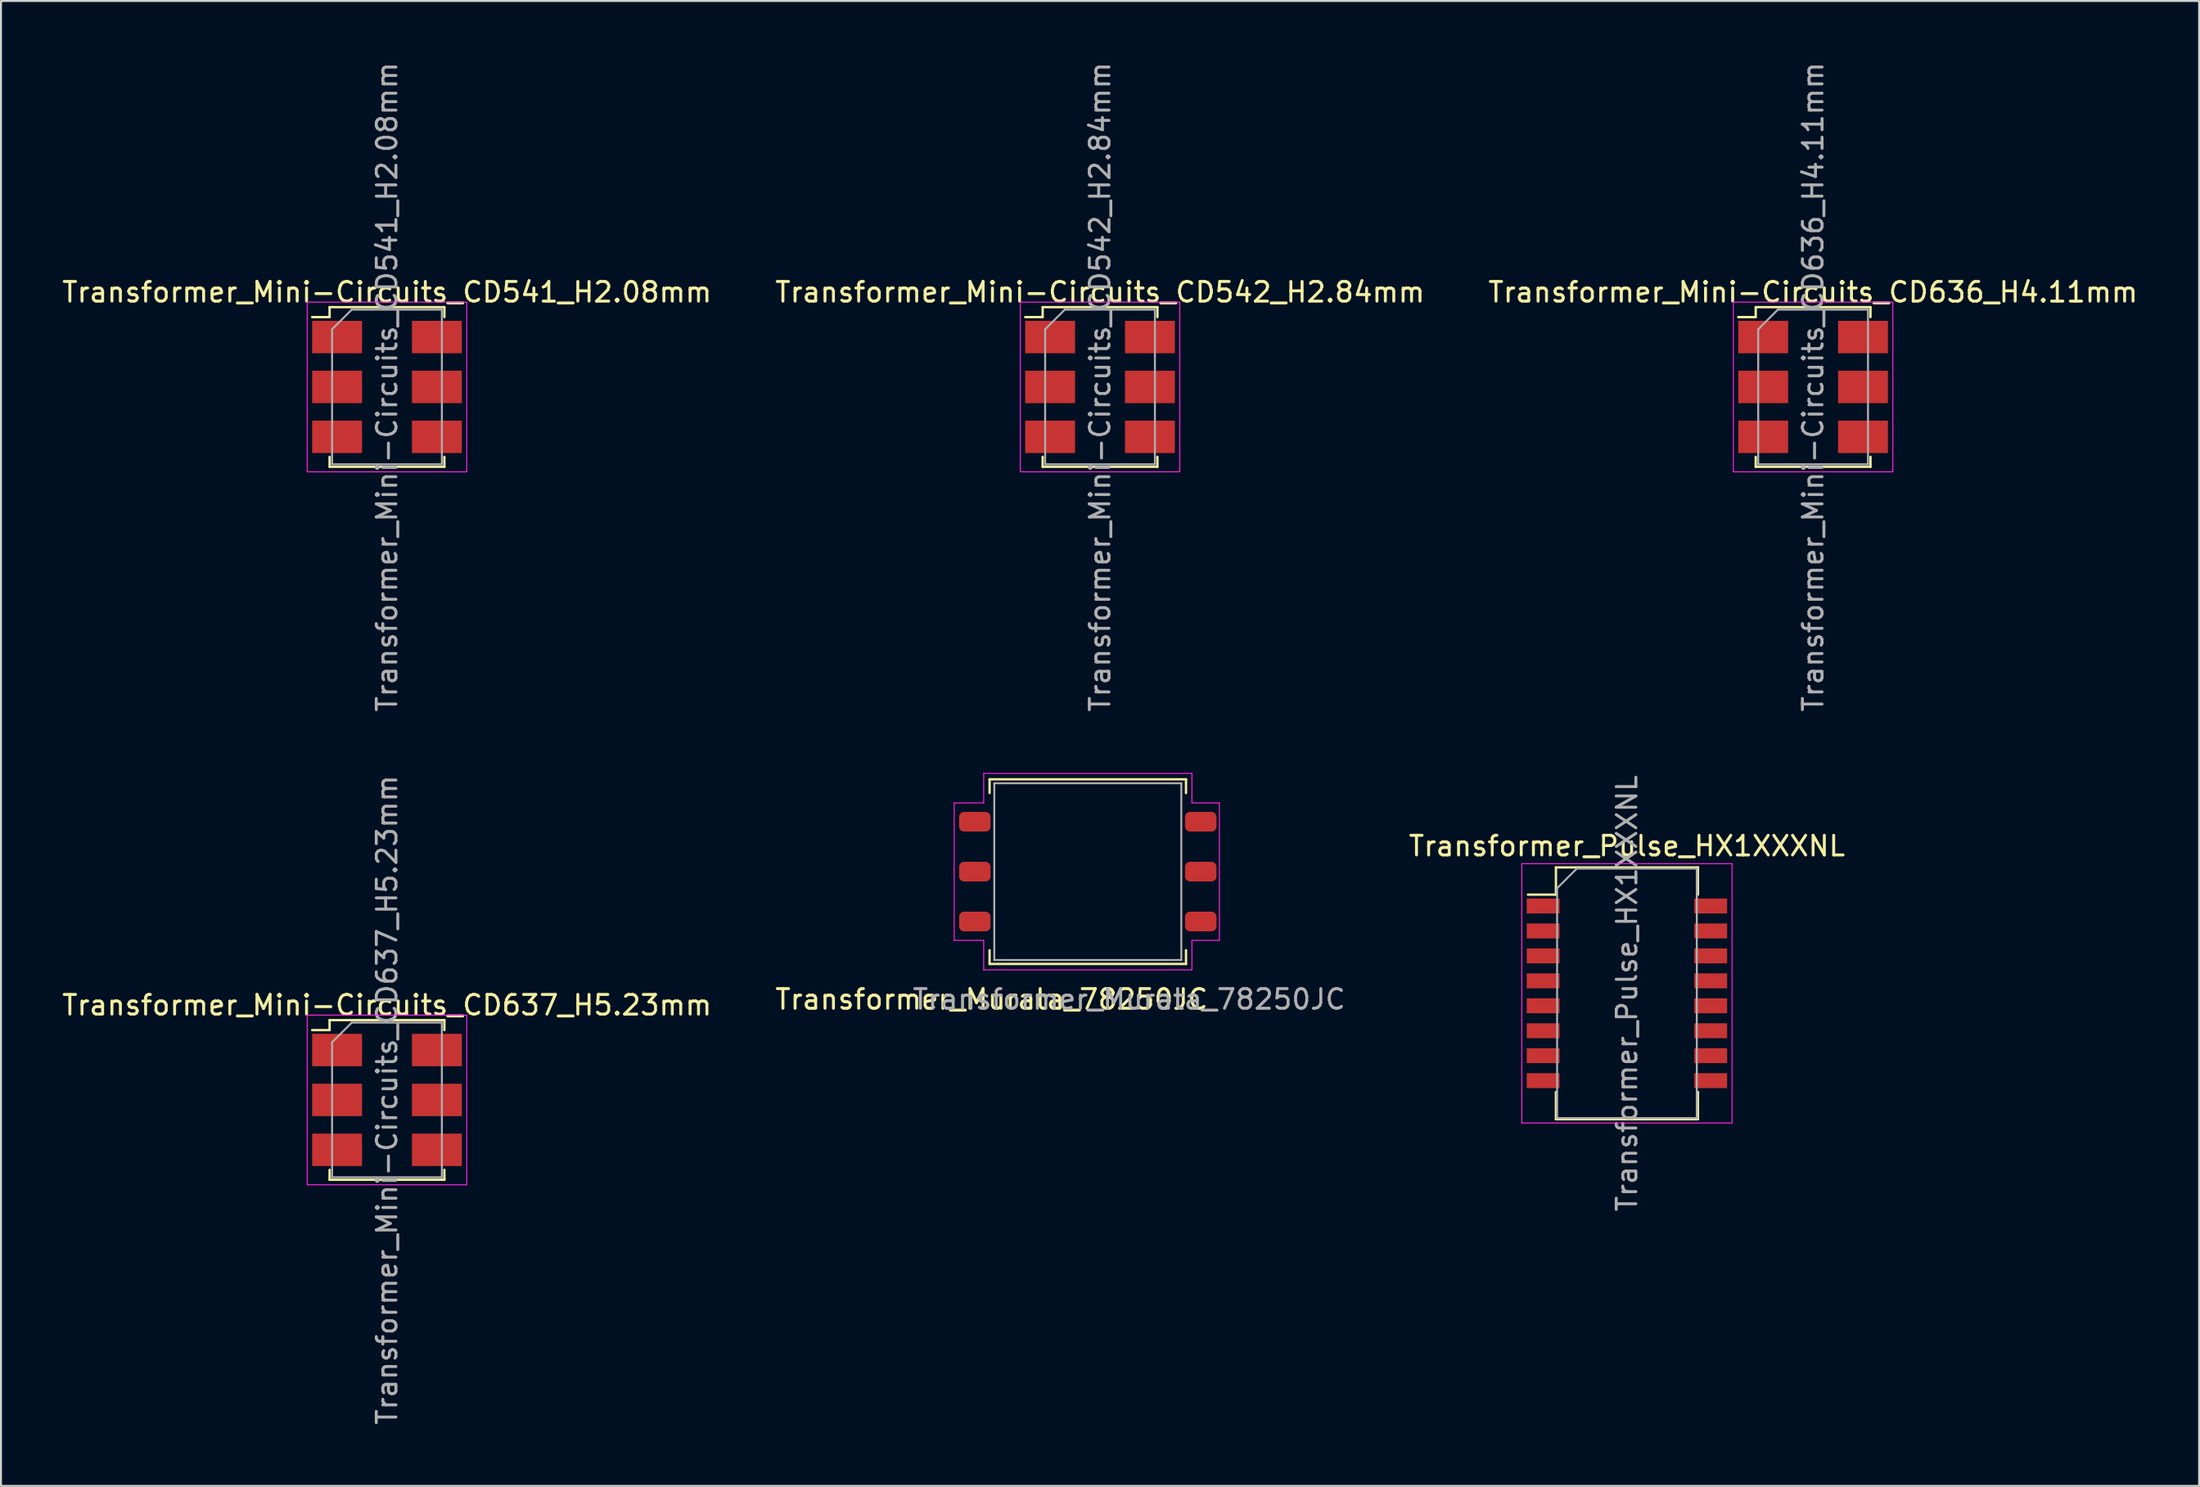
<source format=kicad_pcb>
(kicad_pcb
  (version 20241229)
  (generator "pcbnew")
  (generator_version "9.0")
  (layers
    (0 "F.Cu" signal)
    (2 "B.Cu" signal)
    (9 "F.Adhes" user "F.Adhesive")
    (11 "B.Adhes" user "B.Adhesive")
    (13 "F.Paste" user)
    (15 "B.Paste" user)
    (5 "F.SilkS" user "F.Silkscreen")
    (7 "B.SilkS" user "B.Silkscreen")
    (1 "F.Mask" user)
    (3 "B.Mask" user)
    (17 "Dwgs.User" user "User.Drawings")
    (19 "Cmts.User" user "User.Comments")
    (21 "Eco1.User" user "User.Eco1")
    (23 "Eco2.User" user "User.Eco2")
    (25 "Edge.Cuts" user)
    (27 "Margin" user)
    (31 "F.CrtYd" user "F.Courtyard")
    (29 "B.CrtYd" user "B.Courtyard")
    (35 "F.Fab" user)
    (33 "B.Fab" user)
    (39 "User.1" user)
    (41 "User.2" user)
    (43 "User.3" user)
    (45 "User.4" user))
  (footprint "Transformer_Murata_78250JC"
    (layer "F.Cu")
    (at 52.323 41.323)
    (property "Reference" "Transformer_Murata_78250JC" (at -4.9 6.5 0) (layer "F.SilkS") (effects (font (size 1 1) (thickness 0.15))))
    (attr smd)
    (fp_line (start -5 -4.7) (end -5 -4) (stroke (width 0.12) (type solid)) (layer "F.SilkS"))
    (fp_line (start -5 -4.7) (end 5 -4.7) (stroke (width 0.12) (type solid)) (layer "F.SilkS"))
    (fp_line (start -5 4) (end -5 4.7) (stroke (width 0.12) (type solid)) (layer "F.SilkS"))
    (fp_line (start -5 4.7) (end 5 4.7) (stroke (width 0.12) (type solid)) (layer "F.SilkS"))
    (fp_line (start 5 -4.7) (end 5 -4) (stroke (width 0.12) (type solid)) (layer "F.SilkS"))
    (fp_line (start 5 4.7) (end 5 4) (stroke (width 0.12) (type solid)) (layer "F.SilkS"))
    (fp_line (start -6.8 -3.5) (end -6.8 3.5) (stroke (width 0.05) (type solid)) (layer "F.CrtYd"))
    (fp_line (start -6.8 3.5) (end -5.3 3.5) (stroke (width 0.05) (type solid)) (layer "F.CrtYd"))
    (fp_line (start -5.3 -5) (end -5.3 -3.5) (stroke (width 0.05) (type solid)) (layer "F.CrtYd"))
    (fp_line (start -5.3 -3.5) (end -6.8 -3.5) (stroke (width 0.05) (type solid)) (layer "F.CrtYd"))
    (fp_line (start -5.3 3.5) (end -5.3 5) (stroke (width 0.05) (type solid)) (layer "F.CrtYd"))
    (fp_line (start -5.3 5) (end 5.3 5) (stroke (width 0.05) (type solid)) (layer "F.CrtYd"))
    (fp_line (start 5.3 -5) (end -5.3 -5) (stroke (width 0.05) (type solid)) (layer "F.CrtYd"))
    (fp_line (start 5.3 -5) (end 5.3 -3.5) (stroke (width 0.05) (type solid)) (layer "F.CrtYd"))
    (fp_line (start 5.3 -3.5) (end 6.7 -3.5) (stroke (width 0.05) (type solid)) (layer "F.CrtYd"))
    (fp_line (start 5.3 3.5) (end 6.7 3.5) (stroke (width 0.05) (type solid)) (layer "F.CrtYd"))
    (fp_line (start 5.3 5) (end 5.3 3.5) (stroke (width 0.05) (type solid)) (layer "F.CrtYd"))
    (fp_line (start 6.7 3.5) (end 6.7 -3.5) (stroke (width 0.05) (type solid)) (layer "F.CrtYd"))
    (fp_line (start -4.76 -4.5) (end -4.76 4.5) (stroke (width 0.1) (type solid)) (layer "F.Fab"))
    (fp_line (start -4.76 4.5) (end 4.76 4.5) (stroke (width 0.1) (type solid)) (layer "F.Fab"))
    (fp_line (start 4.76 -4.5) (end -4.76 -4.5) (stroke (width 0.1) (type solid)) (layer "F.Fab"))
    (fp_line (start 4.76 -4.5) (end 4.76 4.5) (stroke (width 0.1) (type solid)) (layer "F.Fab"))
    (fp_text user "${REFERENCE}" (at 2.1 6.5 0) (layer "F.Fab") (effects (font (size 1 1) (thickness 0.15))))
    (pad "1" smd roundrect (at -5.75 -2.54) (size 1.6 1) (layers "F.Cu" "F.Mask" "F.Paste") (roundrect_rratio 0.25))
    (pad "2" smd roundrect (at -5.75 0) (size 1.6 1) (layers "F.Cu" "F.Mask" "F.Paste") (roundrect_rratio 0.25))
    (pad "3" smd roundrect (at -5.75 2.54) (size 1.6 1) (layers "F.Cu" "F.Mask" "F.Paste") (roundrect_rratio 0.25))
    (pad "4" smd roundrect (at 5.75 -2.54) (size 1.6 1) (layers "F.Cu" "F.Mask" "F.Paste") (roundrect_rratio 0.25))
    (pad "5" smd roundrect (at 5.75 0) (size 1.6 1) (layers "F.Cu" "F.Mask" "F.Paste") (roundrect_rratio 0.25))
    (pad "6" smd roundrect (at 5.75 2.54) (size 1.6 1) (layers "F.Cu" "F.Mask" "F.Paste") (roundrect_rratio 0.25)))
  (footprint "Transformer_Mini-Circuits_CD637_H5.23mm"
    (layer "F.Cu")
    (at 16.649 52.946)
    (property "Reference" "Transformer_Mini-Circuits_CD637_H5.23mm" (at 0 -4.826 0) (layer "F.SilkS") (effects (font (size 1 1) (thickness 0.15))))
    (attr smd)
    (fp_line (start -2.921 -4.064) (end -2.921 -3.556) (stroke (width 0.12) (type solid)) (layer "F.SilkS"))
    (fp_line (start -2.921 -3.556) (end -3.81 -3.556) (stroke (width 0.12) (type solid)) (layer "F.SilkS"))
    (fp_line (start -2.921 3.556) (end -2.921 4.064) (stroke (width 0.12) (type solid)) (layer "F.SilkS"))
    (fp_line (start -2.921 4.064) (end 2.921 4.064) (stroke (width 0.12) (type solid)) (layer "F.SilkS"))
    (fp_line (start 2.921 -4.064) (end -2.921 -4.064) (stroke (width 0.12) (type solid)) (layer "F.SilkS"))
    (fp_line (start 2.921 -3.556) (end 2.921 -4.064) (stroke (width 0.12) (type solid)) (layer "F.SilkS"))
    (fp_line (start 2.921 4.064) (end 2.921 3.556) (stroke (width 0.12) (type solid)) (layer "F.SilkS"))
    (fp_line (start -4.06 4.32) (end -4.06 -4.32) (stroke (width 0.05) (type solid)) (layer "F.CrtYd"))
    (fp_line (start 4.06 -4.32) (end -4.06 -4.32) (stroke (width 0.05) (type solid)) (layer "F.CrtYd"))
    (fp_line (start 4.06 4.32) (end -4.06 4.32) (stroke (width 0.05) (type solid)) (layer "F.CrtYd"))
    (fp_line (start 4.06 4.32) (end 4.06 -4.32) (stroke (width 0.05) (type solid)) (layer "F.CrtYd"))
    (fp_line (start -2.794 3.937) (end -2.794 -2.937) (stroke (width 0.1) (type solid)) (layer "F.Fab"))
    (fp_line (start -1.794 -3.937) (end -2.794 -2.937) (stroke (width 0.1) (type solid)) (layer "F.Fab"))
    (fp_line (start -1.794 -3.937) (end 2.794 -3.937) (stroke (width 0.1) (type solid)) (layer "F.Fab"))
    (fp_line (start 2.794 -3.937) (end 2.794 3.937) (stroke (width 0.1) (type solid)) (layer "F.Fab"))
    (fp_line (start 2.794 3.937) (end -2.794 3.937) (stroke (width 0.1) (type solid)) (layer "F.Fab"))
    (fp_text user "${REFERENCE}" (at 0 0 90) (layer "F.Fab") (effects (font (size 1 1) (thickness 0.15))))
    (pad "1" smd rect (at -2.54 -2.54) (size 2.54 1.65) (layers "F.Cu" "F.Mask" "F.Paste"))
    (pad "2" smd rect (at -2.54 0) (size 2.54 1.65) (layers "F.Cu" "F.Mask" "F.Paste"))
    (pad "3" smd rect (at -2.54 2.54) (size 2.54 1.65) (layers "F.Cu" "F.Mask" "F.Paste"))
    (pad "4" smd rect (at 2.54 2.54) (size 2.54 1.65) (layers "F.Cu" "F.Mask" "F.Paste"))
    (pad "5" smd rect (at 2.54 0) (size 2.54 1.65) (layers "F.Cu" "F.Mask" "F.Paste"))
    (pad "6" smd rect (at 2.54 -2.54) (size 2.54 1.65) (layers "F.Cu" "F.Mask" "F.Paste")))
  (footprint "Transformer_Mini-Circuits_CD542_H2.84mm"
    (layer "F.Cu")
    (at 52.946 16.649)
    (property "Reference" "Transformer_Mini-Circuits_CD542_H2.84mm" (at 0 -4.826 0) (layer "F.SilkS") (effects (font (size 1 1) (thickness 0.15))))
    (attr smd)
    (fp_line (start -2.921 -4.064) (end -2.921 -3.556) (stroke (width 0.12) (type solid)) (layer "F.SilkS"))
    (fp_line (start -2.921 -3.556) (end -3.81 -3.556) (stroke (width 0.12) (type solid)) (layer "F.SilkS"))
    (fp_line (start -2.921 3.556) (end -2.921 4.064) (stroke (width 0.12) (type solid)) (layer "F.SilkS"))
    (fp_line (start -2.921 4.064) (end 2.921 4.064) (stroke (width 0.12) (type solid)) (layer "F.SilkS"))
    (fp_line (start 2.921 -4.064) (end -2.921 -4.064) (stroke (width 0.12) (type solid)) (layer "F.SilkS"))
    (fp_line (start 2.921 -3.556) (end 2.921 -4.064) (stroke (width 0.12) (type solid)) (layer "F.SilkS"))
    (fp_line (start 2.921 4.064) (end 2.921 3.556) (stroke (width 0.12) (type solid)) (layer "F.SilkS"))
    (fp_line (start -4.06 4.32) (end -4.06 -4.32) (stroke (width 0.05) (type solid)) (layer "F.CrtYd"))
    (fp_line (start 4.06 -4.32) (end -4.06 -4.32) (stroke (width 0.05) (type solid)) (layer "F.CrtYd"))
    (fp_line (start 4.06 4.32) (end -4.06 4.32) (stroke (width 0.05) (type solid)) (layer "F.CrtYd"))
    (fp_line (start 4.06 4.32) (end 4.06 -4.32) (stroke (width 0.05) (type solid)) (layer "F.CrtYd"))
    (fp_line (start -2.794 3.937) (end -2.794 -2.937) (stroke (width 0.1) (type solid)) (layer "F.Fab"))
    (fp_line (start -1.794 -3.937) (end -2.794 -2.937) (stroke (width 0.1) (type solid)) (layer "F.Fab"))
    (fp_line (start -1.794 -3.937) (end 2.794 -3.937) (stroke (width 0.1) (type solid)) (layer "F.Fab"))
    (fp_line (start 2.794 -3.937) (end 2.794 3.937) (stroke (width 0.1) (type solid)) (layer "F.Fab"))
    (fp_line (start 2.794 3.937) (end -2.794 3.937) (stroke (width 0.1) (type solid)) (layer "F.Fab"))
    (fp_text user "${REFERENCE}" (at 0 0 90) (layer "F.Fab") (effects (font (size 1 1) (thickness 0.15))))
    (pad "1" smd rect (at -2.54 -2.54) (size 2.54 1.65) (layers "F.Cu" "F.Mask" "F.Paste"))
    (pad "2" smd rect (at -2.54 0) (size 2.54 1.65) (layers "F.Cu" "F.Mask" "F.Paste"))
    (pad "3" smd rect (at -2.54 2.54) (size 2.54 1.65) (layers "F.Cu" "F.Mask" "F.Paste"))
    (pad "4" smd rect (at 2.54 2.54) (size 2.54 1.65) (layers "F.Cu" "F.Mask" "F.Paste"))
    (pad "5" smd rect (at 2.54 0) (size 2.54 1.65) (layers "F.Cu" "F.Mask" "F.Paste"))
    (pad "6" smd rect (at 2.54 -2.54) (size 2.54 1.65) (layers "F.Cu" "F.Mask" "F.Paste")))
  (footprint "Transformer_Mini-Circuits_CD636_H4.11mm"
    (layer "F.Cu")
    (at 89.244 16.649)
    (property "Reference" "Transformer_Mini-Circuits_CD636_H4.11mm" (at 0 -4.826 0) (layer "F.SilkS") (effects (font (size 1 1) (thickness 0.15))))
    (attr smd)
    (fp_line (start -2.921 -4.064) (end -2.921 -3.556) (stroke (width 0.12) (type solid)) (layer "F.SilkS"))
    (fp_line (start -2.921 -3.556) (end -3.81 -3.556) (stroke (width 0.12) (type solid)) (layer "F.SilkS"))
    (fp_line (start -2.921 3.556) (end -2.921 4.064) (stroke (width 0.12) (type solid)) (layer "F.SilkS"))
    (fp_line (start -2.921 4.064) (end 2.921 4.064) (stroke (width 0.12) (type solid)) (layer "F.SilkS"))
    (fp_line (start 2.921 -4.064) (end -2.921 -4.064) (stroke (width 0.12) (type solid)) (layer "F.SilkS"))
    (fp_line (start 2.921 -3.556) (end 2.921 -4.064) (stroke (width 0.12) (type solid)) (layer "F.SilkS"))
    (fp_line (start 2.921 4.064) (end 2.921 3.556) (stroke (width 0.12) (type solid)) (layer "F.SilkS"))
    (fp_line (start -4.06 4.32) (end -4.06 -4.32) (stroke (width 0.05) (type solid)) (layer "F.CrtYd"))
    (fp_line (start 4.06 -4.32) (end -4.06 -4.32) (stroke (width 0.05) (type solid)) (layer "F.CrtYd"))
    (fp_line (start 4.06 4.32) (end -4.06 4.32) (stroke (width 0.05) (type solid)) (layer "F.CrtYd"))
    (fp_line (start 4.06 4.32) (end 4.06 -4.32) (stroke (width 0.05) (type solid)) (layer "F.CrtYd"))
    (fp_line (start -2.794 3.937) (end -2.794 -2.937) (stroke (width 0.1) (type solid)) (layer "F.Fab"))
    (fp_line (start -1.794 -3.937) (end -2.794 -2.937) (stroke (width 0.1) (type solid)) (layer "F.Fab"))
    (fp_line (start -1.794 -3.937) (end 2.794 -3.937) (stroke (width 0.1) (type solid)) (layer "F.Fab"))
    (fp_line (start 2.794 -3.937) (end 2.794 3.937) (stroke (width 0.1) (type solid)) (layer "F.Fab"))
    (fp_line (start 2.794 3.937) (end -2.794 3.937) (stroke (width 0.1) (type solid)) (layer "F.Fab"))
    (fp_text user "${REFERENCE}" (at 0 0 90) (layer "F.Fab") (effects (font (size 1 1) (thickness 0.15))))
    (pad "1" smd rect (at -2.54 -2.54) (size 2.54 1.65) (layers "F.Cu" "F.Mask" "F.Paste"))
    (pad "2" smd rect (at -2.54 0) (size 2.54 1.65) (layers "F.Cu" "F.Mask" "F.Paste"))
    (pad "3" smd rect (at -2.54 2.54) (size 2.54 1.65) (layers "F.Cu" "F.Mask" "F.Paste"))
    (pad "4" smd rect (at 2.54 2.54) (size 2.54 1.65) (layers "F.Cu" "F.Mask" "F.Paste"))
    (pad "5" smd rect (at 2.54 0) (size 2.54 1.65) (layers "F.Cu" "F.Mask" "F.Paste"))
    (pad "6" smd rect (at 2.54 -2.54) (size 2.54 1.65) (layers "F.Cu" "F.Mask" "F.Paste")))
  (footprint "Transformer_Mini-Circuits_CD541_H2.08mm"
    (layer "F.Cu")
    (at 16.649 16.649)
    (property "Reference" "Transformer_Mini-Circuits_CD541_H2.08mm" (at 0 -4.826 0) (layer "F.SilkS") (effects (font (size 1 1) (thickness 0.15))))
    (attr smd)
    (fp_line (start -2.921 -4.064) (end -2.921 -3.556) (stroke (width 0.12) (type solid)) (layer "F.SilkS"))
    (fp_line (start -2.921 -3.556) (end -3.81 -3.556) (stroke (width 0.12) (type solid)) (layer "F.SilkS"))
    (fp_line (start -2.921 3.556) (end -2.921 4.064) (stroke (width 0.12) (type solid)) (layer "F.SilkS"))
    (fp_line (start -2.921 4.064) (end 2.921 4.064) (stroke (width 0.12) (type solid)) (layer "F.SilkS"))
    (fp_line (start 2.921 -4.064) (end -2.921 -4.064) (stroke (width 0.12) (type solid)) (layer "F.SilkS"))
    (fp_line (start 2.921 -3.556) (end 2.921 -4.064) (stroke (width 0.12) (type solid)) (layer "F.SilkS"))
    (fp_line (start 2.921 4.064) (end 2.921 3.556) (stroke (width 0.12) (type solid)) (layer "F.SilkS"))
    (fp_line (start -4.06 4.32) (end -4.06 -4.32) (stroke (width 0.05) (type solid)) (layer "F.CrtYd"))
    (fp_line (start 4.06 -4.32) (end -4.06 -4.32) (stroke (width 0.05) (type solid)) (layer "F.CrtYd"))
    (fp_line (start 4.06 4.32) (end -4.06 4.32) (stroke (width 0.05) (type solid)) (layer "F.CrtYd"))
    (fp_line (start 4.06 4.32) (end 4.06 -4.32) (stroke (width 0.05) (type solid)) (layer "F.CrtYd"))
    (fp_line (start -2.794 3.937) (end -2.794 -2.937) (stroke (width 0.1) (type solid)) (layer "F.Fab"))
    (fp_line (start -1.794 -3.937) (end -2.794 -2.937) (stroke (width 0.1) (type solid)) (layer "F.Fab"))
    (fp_line (start -1.794 -3.937) (end 2.794 -3.937) (stroke (width 0.1) (type solid)) (layer "F.Fab"))
    (fp_line (start 2.794 -3.937) (end 2.794 3.937) (stroke (width 0.1) (type solid)) (layer "F.Fab"))
    (fp_line (start 2.794 3.937) (end -2.794 3.937) (stroke (width 0.1) (type solid)) (layer "F.Fab"))
    (fp_text user "${REFERENCE}" (at 0 0 90) (layer "F.Fab") (effects (font (size 1 1) (thickness 0.15))))
    (pad "1" smd rect (at -2.54 -2.54) (size 2.54 1.65) (layers "F.Cu" "F.Mask" "F.Paste"))
    (pad "2" smd rect (at -2.54 0) (size 2.54 1.65) (layers "F.Cu" "F.Mask" "F.Paste"))
    (pad "3" smd rect (at -2.54 2.54) (size 2.54 1.65) (layers "F.Cu" "F.Mask" "F.Paste"))
    (pad "4" smd rect (at 2.54 2.54) (size 2.54 1.65) (layers "F.Cu" "F.Mask" "F.Paste"))
    (pad "5" smd rect (at 2.54 0) (size 2.54 1.65) (layers "F.Cu" "F.Mask" "F.Paste"))
    (pad "6" smd rect (at 2.54 -2.54) (size 2.54 1.65) (layers "F.Cu" "F.Mask" "F.Paste")))
  (footprint "Transformer_Pulse_HX1XXXNL"
    (layer "F.Cu")
    (at 79.768 47.518)
    (property "Reference" "Transformer_Pulse_HX1XXXNL" (at 0 -7.5 0) (layer "F.SilkS") (effects (font (size 1 1) (thickness 0.15))))
    (attr smd)
    (fp_line (start -3.615 -6.41) (end -3.615 -5.025) (stroke (width 0.12) (type solid)) (layer "F.SilkS"))
    (fp_line (start -3.615 -5.025) (end -5.04 -5.025) (stroke (width 0.12) (type solid)) (layer "F.SilkS"))
    (fp_line (start -3.615 6.41) (end -3.615 5.025) (stroke (width 0.12) (type solid)) (layer "F.SilkS"))
    (fp_line (start 3.615 -6.41) (end -3.615 -6.41) (stroke (width 0.12) (type solid)) (layer "F.SilkS"))
    (fp_line (start 3.615 -5.025) (end 3.615 -6.41) (stroke (width 0.12) (type solid)) (layer "F.SilkS"))
    (fp_line (start 3.615 6.41) (end -3.615 6.41) (stroke (width 0.12) (type solid)) (layer "F.SilkS"))
    (fp_line (start 3.615 6.41) (end 3.615 5.025) (stroke (width 0.12) (type solid)) (layer "F.SilkS"))
    (fp_line (start -5.35 -6.6) (end -5.35 6.6) (stroke (width 0.05) (type solid)) (layer "F.CrtYd"))
    (fp_line (start -5.35 -6.6) (end 5.35 -6.6) (stroke (width 0.05) (type solid)) (layer "F.CrtYd"))
    (fp_line (start -5.35 6.6) (end 5.35 6.6) (stroke (width 0.05) (type solid)) (layer "F.CrtYd"))
    (fp_line (start 5.35 -6.6) (end 5.35 6.6) (stroke (width 0.05) (type solid)) (layer "F.CrtYd"))
    (fp_line (start -3.555 -5.35) (end -3.555 6.35) (stroke (width 0.1) (type solid)) (layer "F.Fab"))
    (fp_line (start -3.555 -5.35) (end -2.555 -6.35) (stroke (width 0.1) (type solid)) (layer "F.Fab"))
    (fp_line (start -3.555 6.35) (end 3.555 6.35) (stroke (width 0.1) (type solid)) (layer "F.Fab"))
    (fp_line (start -2.555 -6.35) (end 3.555 -6.35) (stroke (width 0.1) (type solid)) (layer "F.Fab"))
    (fp_line (start 3.555 -6.35) (end 3.555 6.35) (stroke (width 0.1) (type solid)) (layer "F.Fab"))
    (fp_text user "${REFERENCE}" (at 0 0 270) (layer "F.Fab") (effects (font (size 1 1) (thickness 0.15))))
    (pad "1" smd rect (at -4.265 -4.445) (size 1.67 0.76) (layers "F.Cu" "F.Mask" "F.Paste"))
    (pad "2" smd rect (at -4.265 -3.175) (size 1.67 0.76) (layers "F.Cu" "F.Mask" "F.Paste"))
    (pad "3" smd rect (at -4.265 -1.905) (size 1.67 0.76) (layers "F.Cu" "F.Mask" "F.Paste"))
    (pad "4" smd rect (at -4.265 -0.635) (size 1.67 0.76) (layers "F.Cu" "F.Mask" "F.Paste"))
    (pad "5" smd rect (at -4.265 0.635) (size 1.67 0.76) (layers "F.Cu" "F.Mask" "F.Paste"))
    (pad "6" smd rect (at -4.265 1.905) (size 1.67 0.76) (layers "F.Cu" "F.Mask" "F.Paste"))
    (pad "7" smd rect (at -4.265 3.175) (size 1.67 0.76) (layers "F.Cu" "F.Mask" "F.Paste"))
    (pad "8" smd rect (at -4.265 4.445) (size 1.67 0.76) (layers "F.Cu" "F.Mask" "F.Paste"))
    (pad "9" smd rect (at 4.265 4.445) (size 1.67 0.76) (layers "F.Cu" "F.Mask" "F.Paste"))
    (pad "10" smd rect (at 4.265 3.175) (size 1.67 0.76) (layers "F.Cu" "F.Mask" "F.Paste"))
    (pad "11" smd rect (at 4.265 1.905) (size 1.67 0.76) (layers "F.Cu" "F.Mask" "F.Paste"))
    (pad "12" smd rect (at 4.265 0.635) (size 1.67 0.76) (layers "F.Cu" "F.Mask" "F.Paste"))
    (pad "13" smd rect (at 4.265 -0.635) (size 1.67 0.76) (layers "F.Cu" "F.Mask" "F.Paste"))
    (pad "14" smd rect (at 4.265 -1.905) (size 1.67 0.76) (layers "F.Cu" "F.Mask" "F.Paste"))
    (pad "15" smd rect (at 4.265 -3.175) (size 1.67 0.76) (layers "F.Cu" "F.Mask" "F.Paste"))
    (pad "16" smd rect (at 4.265 -4.445) (size 1.67 0.76) (layers "F.Cu" "F.Mask" "F.Paste")))
  (gr_rect
    (start -3 -3)
    (end 108.893 72.595)
    (stroke (width 0.1) (type default))
    (fill no)
    (layer "Edge.Cuts")))
</source>
